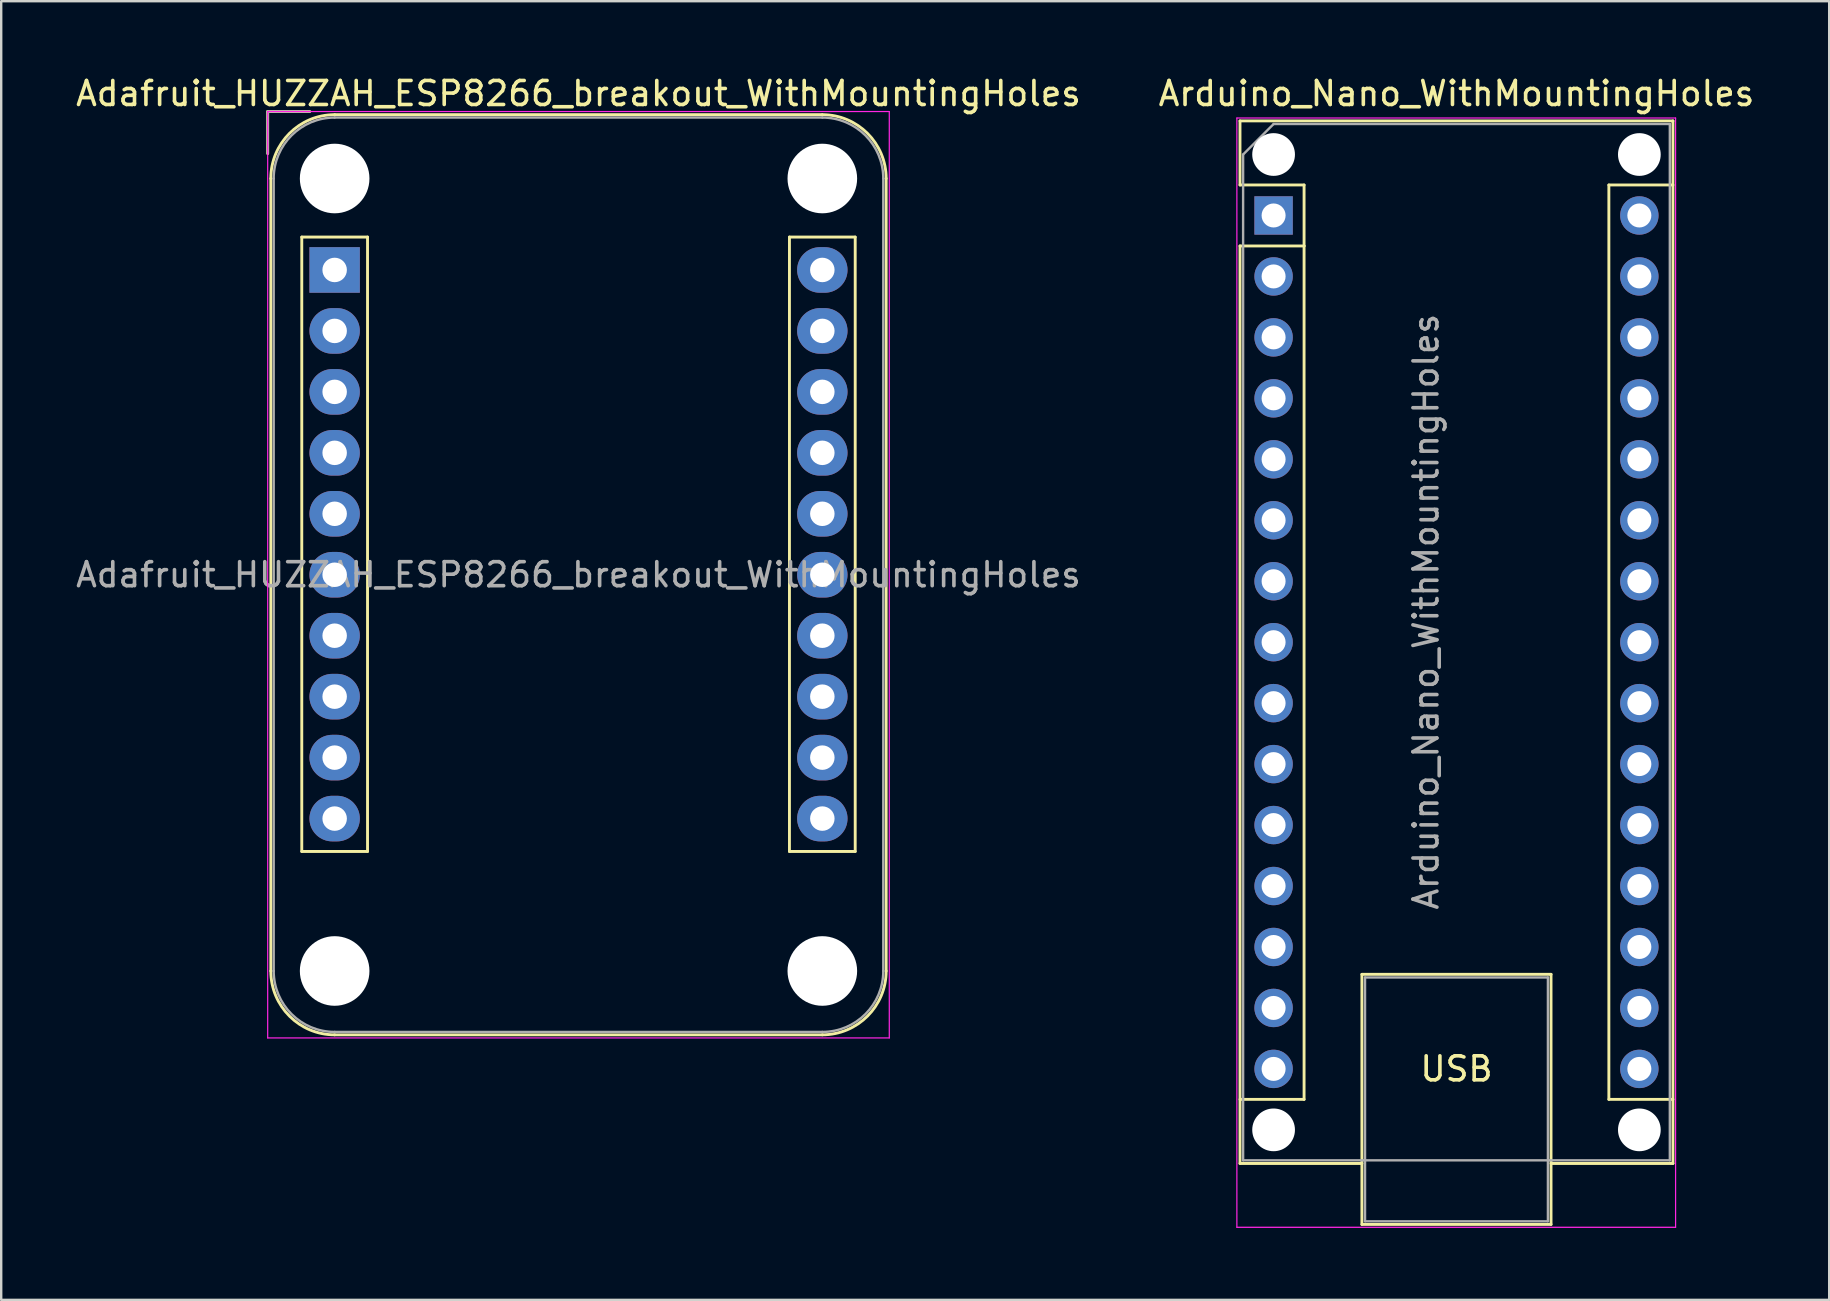
<source format=kicad_pcb>
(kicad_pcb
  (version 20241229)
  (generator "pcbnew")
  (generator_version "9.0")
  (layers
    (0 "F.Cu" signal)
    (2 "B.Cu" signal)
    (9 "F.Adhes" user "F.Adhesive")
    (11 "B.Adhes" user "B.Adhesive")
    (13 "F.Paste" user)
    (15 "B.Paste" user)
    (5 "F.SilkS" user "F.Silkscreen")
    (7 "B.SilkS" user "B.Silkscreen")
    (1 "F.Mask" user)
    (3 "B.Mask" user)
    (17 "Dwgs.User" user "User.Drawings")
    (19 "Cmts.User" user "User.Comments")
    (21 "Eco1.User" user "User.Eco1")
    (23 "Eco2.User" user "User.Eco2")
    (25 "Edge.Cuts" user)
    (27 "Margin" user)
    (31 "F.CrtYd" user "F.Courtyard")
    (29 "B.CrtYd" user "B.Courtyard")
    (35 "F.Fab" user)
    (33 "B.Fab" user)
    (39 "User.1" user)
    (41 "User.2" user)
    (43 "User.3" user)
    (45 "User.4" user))
  (footprint "Adafruit_HUZZAH_ESP8266_breakout_WithMountingHoles"
    (layer "F.Cu")
    (at 10.894 8.198)
    (property "Reference" "Adafruit_HUZZAH_ESP8266_breakout_WithMountingHoles" (at 10.16 -7.35 0) (layer "F.SilkS") (effects (font (size 1 1) (thickness 0.15))))
    (attr through_hole)
    (fp_line (start -2.79 -6.6) (end -1.04 -6.6) (stroke (width 0.12) (type solid)) (layer "F.SilkS"))
    (fp_line (start -2.79 -4.85) (end -2.79 -6.6) (stroke (width 0.12) (type solid)) (layer "F.SilkS"))
    (fp_line (start -2.66 -3.81) (end -2.66 29.21) (stroke (width 0.12) (type solid)) (layer "F.SilkS"))
    (fp_line (start -1.37 -1.37) (end -1.37 24.23) (stroke (width 0.12) (type solid)) (layer "F.SilkS"))
    (fp_line (start -1.37 24.23) (end 1.37 24.23) (stroke (width 0.12) (type solid)) (layer "F.SilkS"))
    (fp_line (start 0 -6.47) (end 20.32 -6.47) (stroke (width 0.12) (type solid)) (layer "F.SilkS"))
    (fp_line (start 0 31.87) (end 20.32 31.87) (stroke (width 0.12) (type solid)) (layer "F.SilkS"))
    (fp_line (start 1.37 -1.37) (end -1.37 -1.37) (stroke (width 0.12) (type solid)) (layer "F.SilkS"))
    (fp_line (start 1.37 24.23) (end 1.37 -1.37) (stroke (width 0.12) (type solid)) (layer "F.SilkS"))
    (fp_line (start 18.95 -1.37) (end 18.95 24.23) (stroke (width 0.12) (type solid)) (layer "F.SilkS"))
    (fp_line (start 18.95 24.23) (end 21.69 24.23) (stroke (width 0.12) (type solid)) (layer "F.SilkS"))
    (fp_line (start 21.69 -1.37) (end 18.95 -1.37) (stroke (width 0.12) (type solid)) (layer "F.SilkS"))
    (fp_line (start 21.69 24.23) (end 21.69 -1.37) (stroke (width 0.12) (type solid)) (layer "F.SilkS"))
    (fp_line (start 22.98 -3.81) (end 22.98 29.21) (stroke (width 0.12) (type solid)) (layer "F.SilkS"))
    (fp_arc (start -2.66 -3.81) (mid -1.880904 -5.690904) (end 0 -6.47) (stroke (width 0.12) (type solid)) (layer "F.SilkS"))
    (fp_arc (start 0 31.87) (mid -1.880904 31.090904) (end -2.66 29.21) (stroke (width 0.12) (type solid)) (layer "F.SilkS"))
    (fp_arc (start 20.32 -6.47) (mid 22.200904 -5.690904) (end 22.98 -3.81) (stroke (width 0.12) (type solid)) (layer "F.SilkS"))
    (fp_arc (start 22.98 29.21) (mid 22.200904 31.090904) (end 20.32 31.87) (stroke (width 0.12) (type solid)) (layer "F.SilkS"))
    (fp_line (start -2.79 -6.6) (end -2.79 32) (stroke (width 0.05) (type solid)) (layer "F.CrtYd"))
    (fp_line (start -2.79 32) (end 23.11 32) (stroke (width 0.05) (type solid)) (layer "F.CrtYd"))
    (fp_line (start 23.11 -6.6) (end -2.79 -6.6) (stroke (width 0.05) (type solid)) (layer "F.CrtYd"))
    (fp_line (start 23.11 32) (end 23.11 -6.6) (stroke (width 0.05) (type solid)) (layer "F.CrtYd"))
    (fp_line (start -2.79 -6.6) (end -1.04 -6.6) (stroke (width 0.1) (type solid)) (layer "F.Fab"))
    (fp_line (start -2.79 -4.85) (end -2.79 -6.6) (stroke (width 0.1) (type solid)) (layer "F.Fab"))
    (fp_line (start -2.54 -3.81) (end -2.54 29.21) (stroke (width 0.1) (type solid)) (layer "F.Fab"))
    (fp_line (start 0 -6.35) (end 20.32 -6.35) (stroke (width 0.1) (type solid)) (layer "F.Fab"))
    (fp_line (start 0 31.75) (end 20.32 31.75) (stroke (width 0.1) (type solid)) (layer "F.Fab"))
    (fp_line (start 22.86 -3.81) (end 22.86 29.21) (stroke (width 0.1) (type solid)) (layer "F.Fab"))
    (fp_arc (start -2.54 -3.81) (mid -1.796051 -5.606051) (end 0 -6.35) (stroke (width 0.1) (type solid)) (layer "F.Fab"))
    (fp_arc (start 0 31.75) (mid -1.796051 31.006051) (end -2.54 29.21) (stroke (width 0.1) (type solid)) (layer "F.Fab"))
    (fp_arc (start 20.32 -6.35) (mid 22.116051 -5.606051) (end 22.86 -3.81) (stroke (width 0.1) (type solid)) (layer "F.Fab"))
    (fp_arc (start 22.86 29.21) (mid 22.116051 31.006051) (end 20.32 31.75) (stroke (width 0.1) (type solid)) (layer "F.Fab"))
    (fp_text user "${REFERENCE}" (at 10.16 12.7 0) (layer "F.Fab") (effects (font (size 1 1) (thickness 0.15))))
    (pad "" np_thru_hole circle (at 0 -3.81) (size 2.9 2.9) (drill 2.9) (layers "*.Cu" "*.Mask"))
    (pad "" np_thru_hole circle (at 0 29.21) (size 2.9 2.9) (drill 2.9) (layers "*.Cu" "*.Mask"))
    (pad "" np_thru_hole circle (at 20.32 -3.81) (size 2.9 2.9) (drill 2.9) (layers "*.Cu" "*.Mask"))
    (pad "" np_thru_hole circle (at 20.32 29.21) (size 2.9 2.9) (drill 2.9) (layers "*.Cu" "*.Mask"))
    (pad "1" thru_hole rect (at 0 0) (size 2.1 1.9) (drill 1.02) (layers "*.Cu" "*.Mask"))
    (pad "2" thru_hole oval (at 0 2.54) (size 2.1 1.9) (drill 1.02) (layers "*.Cu" "*.Mask"))
    (pad "3" thru_hole oval (at 0 5.08) (size 2.1 1.9) (drill 1.02) (layers "*.Cu" "*.Mask"))
    (pad "4" thru_hole oval (at 0 7.62) (size 2.1 1.9) (drill 1.02) (layers "*.Cu" "*.Mask"))
    (pad "5" thru_hole oval (at 0 10.16) (size 2.1 1.9) (drill 1.02) (layers "*.Cu" "*.Mask"))
    (pad "6" thru_hole oval (at 0 12.7) (size 2.1 1.9) (drill 1.02) (layers "*.Cu" "*.Mask"))
    (pad "7" thru_hole oval (at 0 15.24) (size 2.1 1.9) (drill 1.02) (layers "*.Cu" "*.Mask"))
    (pad "8" thru_hole oval (at 0 17.78) (size 2.1 1.9) (drill 1.02) (layers "*.Cu" "*.Mask"))
    (pad "9" thru_hole oval (at 0 20.32) (size 2.1 1.9) (drill 1.02) (layers "*.Cu" "*.Mask"))
    (pad "10" thru_hole oval (at 0 22.86) (size 2.1 1.9) (drill 1.02) (layers "*.Cu" "*.Mask"))
    (pad "11" thru_hole oval (at 20.32 22.86) (size 2.1 1.9) (drill 1.02) (layers "*.Cu" "*.Mask"))
    (pad "12" thru_hole oval (at 20.32 20.32) (size 2.1 1.9) (drill 1.02) (layers "*.Cu" "*.Mask"))
    (pad "13" thru_hole oval (at 20.32 17.78) (size 2.1 1.9) (drill 1.02) (layers "*.Cu" "*.Mask"))
    (pad "14" thru_hole oval (at 20.32 15.24) (size 2.1 1.9) (drill 1.02) (layers "*.Cu" "*.Mask"))
    (pad "15" thru_hole oval (at 20.32 12.7) (size 2.1 1.9) (drill 1.02) (layers "*.Cu" "*.Mask"))
    (pad "16" thru_hole oval (at 20.32 10.16) (size 2.1 1.9) (drill 1.02) (layers "*.Cu" "*.Mask"))
    (pad "17" thru_hole oval (at 20.32 7.62) (size 2.1 1.9) (drill 1.02) (layers "*.Cu" "*.Mask"))
    (pad "18" thru_hole oval (at 20.32 5.08) (size 2.1 1.9) (drill 1.02) (layers "*.Cu" "*.Mask"))
    (pad "19" thru_hole oval (at 20.32 2.54) (size 2.1 1.9) (drill 1.02) (layers "*.Cu" "*.Mask"))
    (pad "20" thru_hole oval (at 20.32 0) (size 2.1 1.9) (drill 1.02) (layers "*.Cu" "*.Mask")))
  (footprint "Arduino_Nano_WithMountingHoles"
    (layer "F.Cu")
    (at 50.017 5.928)
    (property "Reference" "Arduino_Nano_WithMountingHoles" (at 7.62 -5.08 0) (layer "F.SilkS") (effects (font (size 1 1) (thickness 0.15))))
    (attr through_hole)
    (fp_line (start -1.4 -3.94) (end -1.4 -1.27) (stroke (width 0.12) (type solid)) (layer "F.SilkS"))
    (fp_line (start -1.4 1.27) (end -1.4 39.5) (stroke (width 0.12) (type solid)) (layer "F.SilkS"))
    (fp_line (start -1.4 39.5) (end 3.68 39.5) (stroke (width 0.12) (type solid)) (layer "F.SilkS"))
    (fp_line (start 1.27 -1.27) (end -1.4 -1.27) (stroke (width 0.12) (type solid)) (layer "F.SilkS"))
    (fp_line (start 1.27 1.27) (end -1.4 1.27) (stroke (width 0.12) (type solid)) (layer "F.SilkS"))
    (fp_line (start 1.27 1.27) (end 1.27 -1.27) (stroke (width 0.12) (type solid)) (layer "F.SilkS"))
    (fp_line (start 1.27 1.27) (end 1.27 36.83) (stroke (width 0.12) (type solid)) (layer "F.SilkS"))
    (fp_line (start 1.27 36.83) (end -1.4 36.83) (stroke (width 0.12) (type solid)) (layer "F.SilkS"))
    (fp_line (start 3.68 31.62) (end 11.56 31.62) (stroke (width 0.12) (type solid)) (layer "F.SilkS"))
    (fp_line (start 3.68 42.04) (end 3.68 31.62) (stroke (width 0.12) (type solid)) (layer "F.SilkS"))
    (fp_line (start 11.56 31.62) (end 11.56 42.04) (stroke (width 0.12) (type solid)) (layer "F.SilkS"))
    (fp_line (start 11.56 42.04) (end 3.68 42.04) (stroke (width 0.12) (type solid)) (layer "F.SilkS"))
    (fp_line (start 13.97 -1.27) (end 13.97 36.83) (stroke (width 0.12) (type solid)) (layer "F.SilkS"))
    (fp_line (start 13.97 -1.27) (end 16.64 -1.27) (stroke (width 0.12) (type solid)) (layer "F.SilkS"))
    (fp_line (start 13.97 36.83) (end 16.64 36.83) (stroke (width 0.12) (type solid)) (layer "F.SilkS"))
    (fp_line (start 16.64 -3.94) (end -1.4 -3.94) (stroke (width 0.12) (type solid)) (layer "F.SilkS"))
    (fp_line (start 16.64 39.5) (end 11.56 39.5) (stroke (width 0.12) (type solid)) (layer "F.SilkS"))
    (fp_line (start 16.64 39.5) (end 16.64 -3.94) (stroke (width 0.12) (type solid)) (layer "F.SilkS"))
    (fp_line (start -1.53 -4.06) (end -1.53 42.16) (stroke (width 0.05) (type solid)) (layer "F.CrtYd"))
    (fp_line (start -1.53 -4.06) (end 16.75 -4.06) (stroke (width 0.05) (type solid)) (layer "F.CrtYd"))
    (fp_line (start 16.75 42.16) (end -1.53 42.16) (stroke (width 0.05) (type solid)) (layer "F.CrtYd"))
    (fp_line (start 16.75 42.16) (end 16.75 -4.06) (stroke (width 0.05) (type solid)) (layer "F.CrtYd"))
    (fp_line (start -1.27 -2.54) (end 0 -3.81) (stroke (width 0.1) (type solid)) (layer "F.Fab"))
    (fp_line (start -1.27 39.37) (end -1.27 -2.54) (stroke (width 0.1) (type solid)) (layer "F.Fab"))
    (fp_line (start 0 -3.81) (end 16.51 -3.81) (stroke (width 0.1) (type solid)) (layer "F.Fab"))
    (fp_line (start 3.81 31.75) (end 11.43 31.75) (stroke (width 0.1) (type solid)) (layer "F.Fab"))
    (fp_line (start 3.81 41.91) (end 3.81 31.75) (stroke (width 0.1) (type solid)) (layer "F.Fab"))
    (fp_line (start 11.43 31.75) (end 11.43 41.91) (stroke (width 0.1) (type solid)) (layer "F.Fab"))
    (fp_line (start 11.43 41.91) (end 3.81 41.91) (stroke (width 0.1) (type solid)) (layer "F.Fab"))
    (fp_line (start 16.51 -3.81) (end 16.51 39.37) (stroke (width 0.1) (type solid)) (layer "F.Fab"))
    (fp_line (start 16.51 39.37) (end -1.27 39.37) (stroke (width 0.1) (type solid)) (layer "F.Fab"))
    (fp_text user "USB" (at 7.62 35.56 0) (unlocked yes) (layer "F.SilkS") (effects (font (size 1 1) (thickness 0.15))))
    (fp_text user "${REFERENCE}" (at 6.35 16.51 90) (layer "F.Fab") (effects (font (size 1 1) (thickness 0.15))))
    (pad "" np_thru_hole circle (at 0 -2.54) (size 1.78 1.78) (drill 1.78) (layers "*.Cu" "*.Mask"))
    (pad "" np_thru_hole circle (at 0 38.1) (size 1.78 1.78) (drill 1.78) (layers "*.Cu" "*.Mask"))
    (pad "" np_thru_hole circle (at 15.24 -2.54) (size 1.78 1.78) (drill 1.78) (layers "*.Cu" "*.Mask"))
    (pad "" np_thru_hole circle (at 15.24 38.1) (size 1.78 1.78) (drill 1.78) (layers "*.Cu" "*.Mask"))
    (pad "1" thru_hole rect (at 0 0) (size 1.6 1.6) (drill 1) (layers "*.Cu" "*.Mask"))
    (pad "2" thru_hole oval (at 0 2.54) (size 1.6 1.6) (drill 1) (layers "*.Cu" "*.Mask"))
    (pad "3" thru_hole oval (at 0 5.08) (size 1.6 1.6) (drill 1) (layers "*.Cu" "*.Mask"))
    (pad "4" thru_hole oval (at 0 7.62) (size 1.6 1.6) (drill 1) (layers "*.Cu" "*.Mask"))
    (pad "5" thru_hole oval (at 0 10.16) (size 1.6 1.6) (drill 1) (layers "*.Cu" "*.Mask"))
    (pad "6" thru_hole oval (at 0 12.7) (size 1.6 1.6) (drill 1) (layers "*.Cu" "*.Mask"))
    (pad "7" thru_hole oval (at 0 15.24) (size 1.6 1.6) (drill 1) (layers "*.Cu" "*.Mask"))
    (pad "8" thru_hole oval (at 0 17.78) (size 1.6 1.6) (drill 1) (layers "*.Cu" "*.Mask"))
    (pad "9" thru_hole oval (at 0 20.32) (size 1.6 1.6) (drill 1) (layers "*.Cu" "*.Mask"))
    (pad "10" thru_hole oval (at 0 22.86) (size 1.6 1.6) (drill 1) (layers "*.Cu" "*.Mask"))
    (pad "11" thru_hole oval (at 0 25.4) (size 1.6 1.6) (drill 1) (layers "*.Cu" "*.Mask"))
    (pad "12" thru_hole oval (at 0 27.94) (size 1.6 1.6) (drill 1) (layers "*.Cu" "*.Mask"))
    (pad "13" thru_hole oval (at 0 30.48) (size 1.6 1.6) (drill 1) (layers "*.Cu" "*.Mask"))
    (pad "14" thru_hole oval (at 0 33.02) (size 1.6 1.6) (drill 1) (layers "*.Cu" "*.Mask"))
    (pad "15" thru_hole oval (at 0 35.56) (size 1.6 1.6) (drill 1) (layers "*.Cu" "*.Mask"))
    (pad "16" thru_hole oval (at 15.24 35.56) (size 1.6 1.6) (drill 1) (layers "*.Cu" "*.Mask"))
    (pad "17" thru_hole oval (at 15.24 33.02) (size 1.6 1.6) (drill 1) (layers "*.Cu" "*.Mask"))
    (pad "18" thru_hole oval (at 15.24 30.48) (size 1.6 1.6) (drill 1) (layers "*.Cu" "*.Mask"))
    (pad "19" thru_hole oval (at 15.24 27.94) (size 1.6 1.6) (drill 1) (layers "*.Cu" "*.Mask"))
    (pad "20" thru_hole oval (at 15.24 25.4) (size 1.6 1.6) (drill 1) (layers "*.Cu" "*.Mask"))
    (pad "21" thru_hole oval (at 15.24 22.86) (size 1.6 1.6) (drill 1) (layers "*.Cu" "*.Mask"))
    (pad "22" thru_hole oval (at 15.24 20.32) (size 1.6 1.6) (drill 1) (layers "*.Cu" "*.Mask"))
    (pad "23" thru_hole oval (at 15.24 17.78) (size 1.6 1.6) (drill 1) (layers "*.Cu" "*.Mask"))
    (pad "24" thru_hole oval (at 15.24 15.24) (size 1.6 1.6) (drill 1) (layers "*.Cu" "*.Mask"))
    (pad "25" thru_hole oval (at 15.24 12.7) (size 1.6 1.6) (drill 1) (layers "*.Cu" "*.Mask"))
    (pad "26" thru_hole oval (at 15.24 10.16) (size 1.6 1.6) (drill 1) (layers "*.Cu" "*.Mask"))
    (pad "27" thru_hole oval (at 15.24 7.62) (size 1.6 1.6) (drill 1) (layers "*.Cu" "*.Mask"))
    (pad "28" thru_hole oval (at 15.24 5.08) (size 1.6 1.6) (drill 1) (layers "*.Cu" "*.Mask"))
    (pad "29" thru_hole oval (at 15.24 2.54) (size 1.6 1.6) (drill 1) (layers "*.Cu" "*.Mask"))
    (pad "30" thru_hole oval (at 15.24 0) (size 1.6 1.6) (drill 1) (layers "*.Cu" "*.Mask")))
  (gr_rect
    (start -3 -3)
    (end 73.167 51.113)
    (stroke (width 0.1) (type default))
    (fill no)
    (layer "Edge.Cuts")))
</source>
